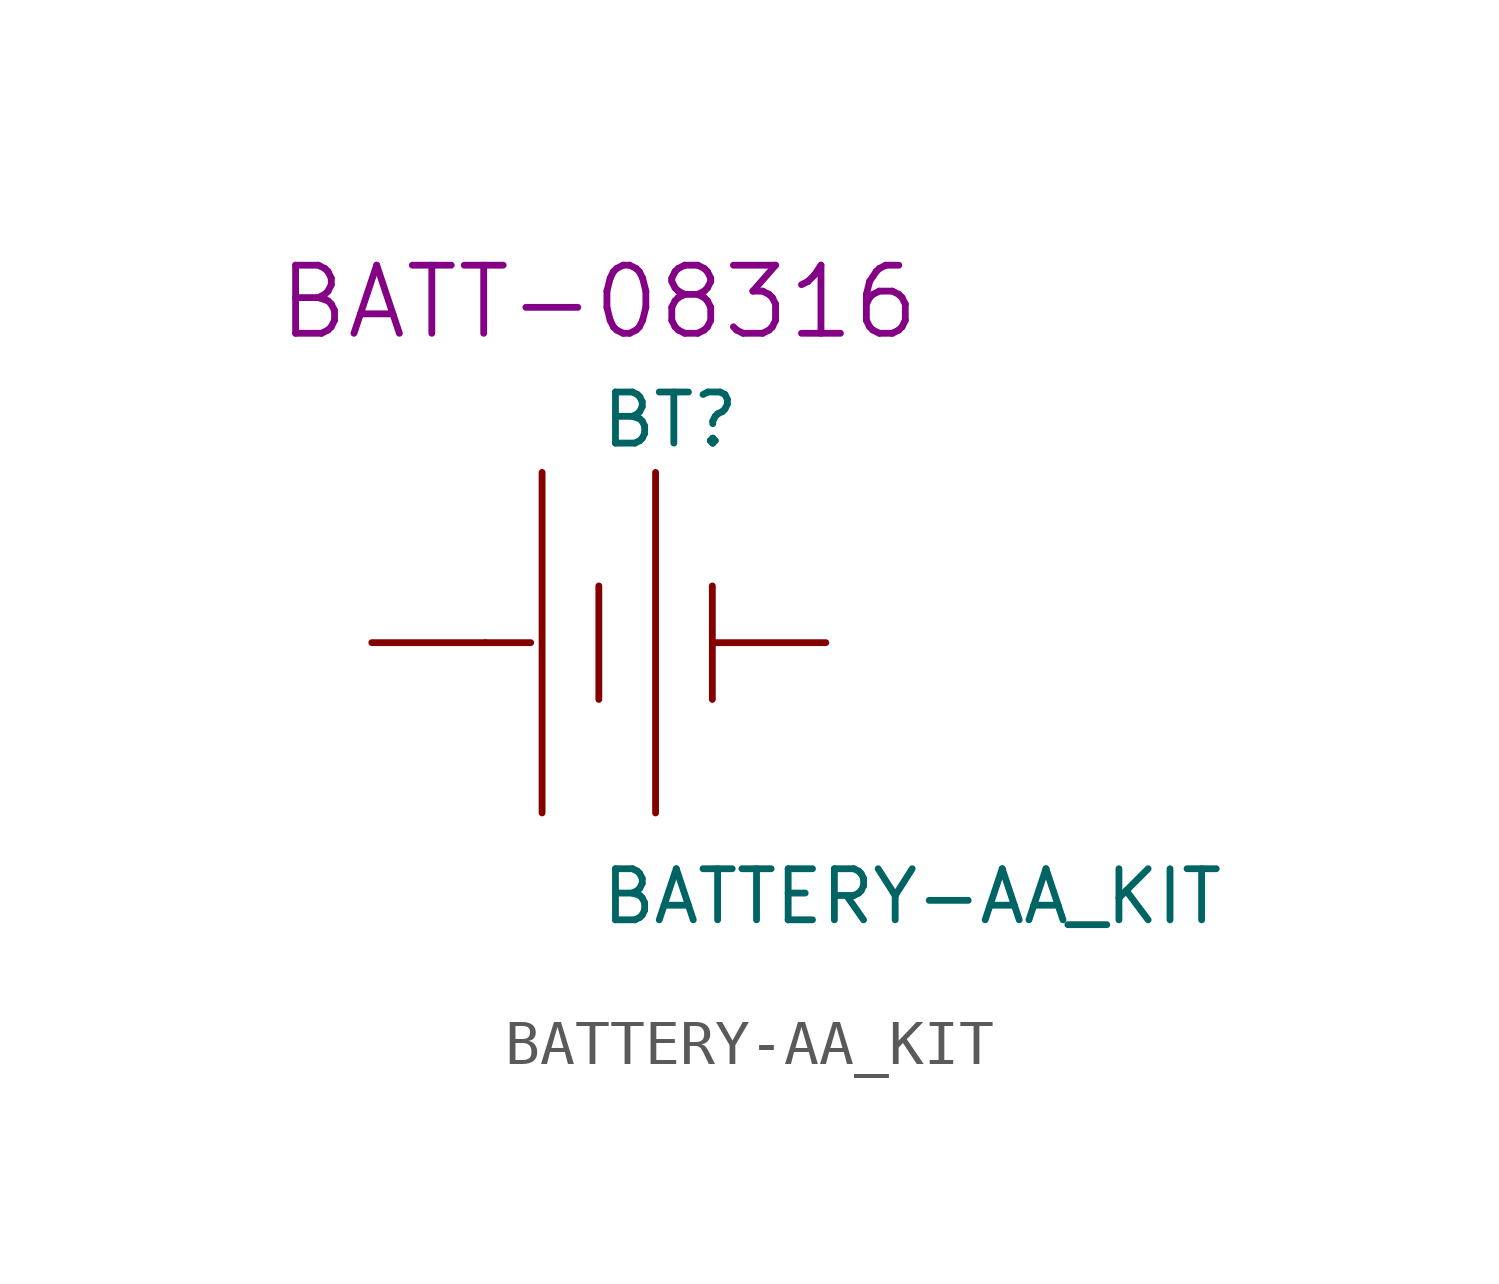
<source format=kicad_sym>
(kicad_symbol_lib
  (version 20220914)
  (generator kicad_symbol_editor)
  (symbol "BATTERY-AA_KIT"
    (pin_numbers hide)
    (pin_names
      (offset 1.016) hide)
    (property "Reference" "BT"
      (at 0 4.318 0)
      (effects (font (size 1.143 1.143)) (justify left bottom)))
    (property "Value" "BATTERY-AA_KIT"
      (at 0 -6.35 0)
      (effects (font (size 1.143 1.143)) (justify left bottom)))
    (property "Field4" "BATT-08316"
      (at 0 7.62 0)
      (effects (font (size 1.524 1.524))))
    (property "ki_locked" ""
      (at 0 0 0)
      (effects (font (size 1.27 1.27))))
    (symbol "BATTERY-AA_KIT_1_0"
      (polyline (pts (xy -2.54 0) (xy -1.524 0)) (stroke (width 0) (type solid)) (fill (type none)))
      (polyline (pts (xy -1.27 3.81) (xy -1.27 -3.81)) (stroke (width 0) (type solid)) (fill (type none)))
      (polyline (pts (xy 0 1.27) (xy 0 -1.27)) (stroke (width 0) (type solid)) (fill (type none)))
      (polyline (pts (xy 1.27 3.81) (xy 1.27 -3.81)) (stroke (width 0) (type solid)) (fill (type none)))
      (polyline (pts (xy 2.54 1.27) (xy 2.54 -1.27)) (stroke (width 0) (type solid)) (fill (type none))))
    (symbol "BATTERY-AA_KIT_1_1"
      (pin power_in line (at 5.08 0 180) (length 2.54) (name "-" (effects (font (size 1.016 1.016)))) (number "GND@" (effects (font (size 1.016 1.016)))))
      (pin power_in line (at -5.08 0 0) (length 2.54) (name "+" (effects (font (size 1.016 1.016)))) (number "PWR@" (effects (font (size 1.016 1.016))))))))
</source>
